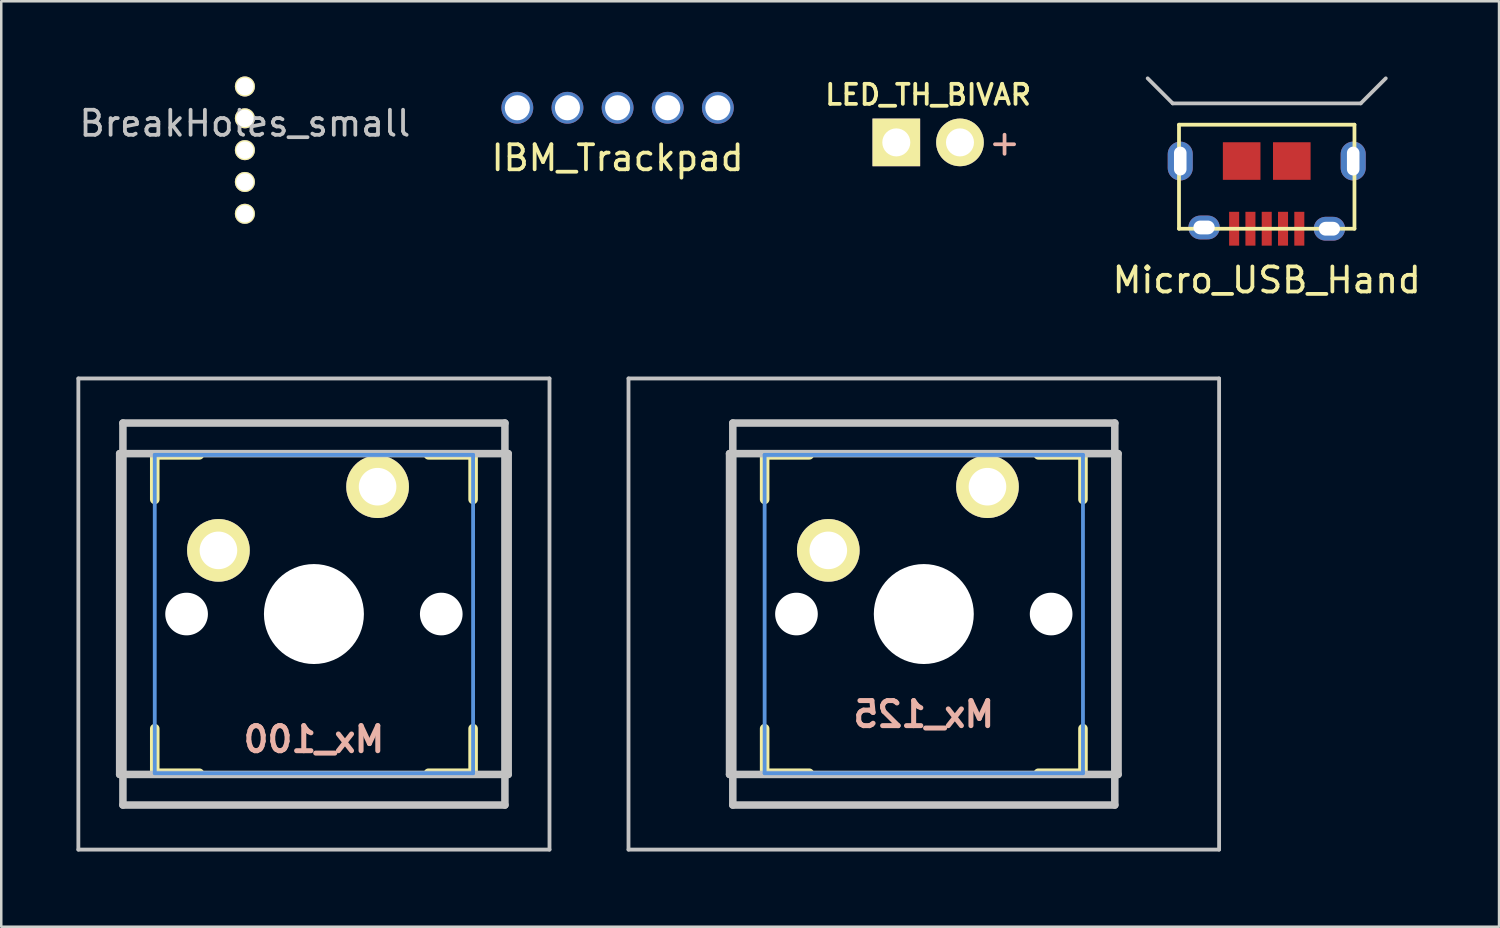
<source format=kicad_pcb>
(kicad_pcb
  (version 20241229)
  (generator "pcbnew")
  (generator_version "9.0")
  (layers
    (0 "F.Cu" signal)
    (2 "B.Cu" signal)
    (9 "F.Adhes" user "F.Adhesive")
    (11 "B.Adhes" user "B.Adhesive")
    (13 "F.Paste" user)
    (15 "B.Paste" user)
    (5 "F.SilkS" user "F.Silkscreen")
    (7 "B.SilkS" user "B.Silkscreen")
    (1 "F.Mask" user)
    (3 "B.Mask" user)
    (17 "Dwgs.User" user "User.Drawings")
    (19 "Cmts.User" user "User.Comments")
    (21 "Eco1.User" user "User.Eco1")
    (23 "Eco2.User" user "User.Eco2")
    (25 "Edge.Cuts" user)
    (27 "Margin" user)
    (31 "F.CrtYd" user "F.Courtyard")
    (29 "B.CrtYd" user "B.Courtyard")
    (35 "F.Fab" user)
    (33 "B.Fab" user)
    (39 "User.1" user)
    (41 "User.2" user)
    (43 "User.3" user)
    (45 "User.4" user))
  (footprint "LED_TH_BIVAR"
    (layer "F.Cu")
    (at 33.978 2.631)
    (property "Reference" "LED_TH_BIVAR" (at 0 -1.9 0) (layer "F.SilkS") (effects (font (size 0.8 0.8) (thickness 0.15))))
    (attr through_hole)
    (fp_text user "+" (at 3.048 0 0) (layer "B.SilkS") (effects (font (size 1 1) (thickness 0.15)) (justify mirror)))
    (pad "1" thru_hole rect (at -1.27 0) (size 1.9 1.9) (drill 1.118) (layers "*.Cu" "*.Mask" "F.SilkS"))
    (pad "2" thru_hole circle (at 1.27 0) (size 1.9 1.9) (drill 1.118) (layers "*.Cu" "*.Mask" "F.SilkS")))
  (footprint "Mx_125"
    (layer "F.Cu")
    (at 33.805 21.447)
    (property "Reference" "Mx_125" (at 0 4 0) (layer "B.SilkS") (effects (font (size 1 1) (thickness 0.2)) (justify mirror)))
    (attr through_hole)
    (fp_line (start -6.35 -6.35) (end -4.572 -6.35) (stroke (width 0.381) (type solid)) (layer "F.SilkS"))
    (fp_line (start -6.35 -4.572) (end -6.35 -6.35) (stroke (width 0.381) (type solid)) (layer "F.SilkS"))
    (fp_line (start -6.35 6.35) (end -6.35 4.572) (stroke (width 0.381) (type solid)) (layer "F.SilkS"))
    (fp_line (start -4.572 6.35) (end -6.35 6.35) (stroke (width 0.381) (type solid)) (layer "F.SilkS"))
    (fp_line (start 4.572 -6.35) (end 6.35 -6.35) (stroke (width 0.381) (type solid)) (layer "F.SilkS"))
    (fp_line (start 6.35 -6.35) (end 6.35 -4.572) (stroke (width 0.381) (type solid)) (layer "F.SilkS"))
    (fp_line (start 6.35 4.572) (end 6.35 6.35) (stroke (width 0.381) (type solid)) (layer "F.SilkS"))
    (fp_line (start 6.35 6.35) (end 4.572 6.35) (stroke (width 0.381) (type solid)) (layer "F.SilkS"))
    (fp_line (start -11.781 -9.398) (end 11.781 -9.398) (stroke (width 0.152) (type solid)) (layer "Dwgs.User"))
    (fp_line (start -11.781 9.398) (end -11.781 -9.398) (stroke (width 0.152) (type solid)) (layer "Dwgs.User"))
    (fp_line (start -7.75 6.4) (end -7.75 -6.4) (stroke (width 0.3) (type solid)) (layer "Dwgs.User"))
    (fp_line (start -7.75 6.4) (end 7.75 6.4) (stroke (width 0.3) (type solid)) (layer "Dwgs.User"))
    (fp_line (start -7.62 -7.62) (end 7.62 -7.62) (stroke (width 0.3) (type solid)) (layer "Dwgs.User"))
    (fp_line (start -7.62 7.62) (end -7.62 -7.62) (stroke (width 0.3) (type solid)) (layer "Dwgs.User"))
    (fp_line (start 7.62 -7.62) (end 7.62 7.62) (stroke (width 0.3) (type solid)) (layer "Dwgs.User"))
    (fp_line (start 7.62 7.62) (end -7.62 7.62) (stroke (width 0.3) (type solid)) (layer "Dwgs.User"))
    (fp_line (start 7.75 -6.4) (end -7.75 -6.4) (stroke (width 0.3) (type solid)) (layer "Dwgs.User"))
    (fp_line (start 7.75 6.4) (end 7.75 -6.4) (stroke (width 0.3) (type solid)) (layer "Dwgs.User"))
    (fp_line (start 11.781 -9.398) (end 11.781 9.398) (stroke (width 0.152) (type solid)) (layer "Dwgs.User"))
    (fp_line (start 11.781 9.398) (end -11.781 9.398) (stroke (width 0.152) (type solid)) (layer "Dwgs.User"))
    (fp_line (start -6.35 -6.35) (end 6.35 -6.35) (stroke (width 0.152) (type solid)) (layer "Cmts.User"))
    (fp_line (start -6.35 6.35) (end -6.35 -6.35) (stroke (width 0.152) (type solid)) (layer "Cmts.User"))
    (fp_line (start 6.35 -6.35) (end 6.35 6.35) (stroke (width 0.152) (type solid)) (layer "Cmts.User"))
    (fp_line (start 6.35 6.35) (end -6.35 6.35) (stroke (width 0.152) (type solid)) (layer "Cmts.User"))
    (fp_line (start -6.985 -6.985) (end 6.985 -6.985) (stroke (width 0.152) (type solid)) (layer "Eco2.User"))
    (fp_line (start -6.985 6.985) (end -6.985 -6.985) (stroke (width 0.152) (type solid)) (layer "Eco2.User"))
    (fp_line (start 6.985 -6.985) (end 6.985 6.985) (stroke (width 0.152) (type solid)) (layer "Eco2.User"))
    (fp_line (start 6.985 6.985) (end -6.985 6.985) (stroke (width 0.152) (type solid)) (layer "Eco2.User"))
    (pad "" np_thru_hole circle (at -5.08 0) (size 1.702 1.702) (drill 1.702) (layers "*.Cu"))
    (pad "" np_thru_hole circle (at 0 0) (size 3.988 3.988) (drill 3.988) (layers "*.Cu"))
    (pad "" np_thru_hole circle (at 5.08 0) (size 1.702 1.702) (drill 1.702) (layers "*.Cu"))
    (pad "1" thru_hole circle (at -3.81 -2.54 330.95) (size 2.5 2.5) (drill 1.5) (layers "*.Cu" "*.Mask" "F.SilkS"))
    (pad "2" thru_hole circle (at 2.54 -5.08 356.1) (size 2.5 2.5) (drill 1.5) (layers "*.Cu" "*.Mask" "F.SilkS")))
  (footprint "Micro_USB_Hand"
    (layer "F.Cu")
    (at 47.486 6.075)
    (property "Reference" "Micro_USB_Hand" (at 0 2.05 0) (layer "F.SilkS") (effects (font (size 1 1) (thickness 0.15))))
    (attr through_hole)
    (fp_line (start -3.5 -4.15) (end -3.5 0) (stroke (width 0.15) (type solid)) (layer "F.SilkS"))
    (fp_line (start -3.5 -4.15) (end 3.5 -4.15) (stroke (width 0.15) (type solid)) (layer "F.SilkS"))
    (fp_line (start 3.5 -4.15) (end 3.5 0) (stroke (width 0.15) (type solid)) (layer "F.SilkS"))
    (fp_line (start 3.5 0) (end -3.5 0) (stroke (width 0.15) (type solid)) (layer "F.SilkS"))
    (fp_line (start -3.75 -5) (end -4.75 -6) (stroke (width 0.15) (type solid)) (layer "Dwgs.User"))
    (fp_line (start -3.75 -5) (end 3.75 -5) (stroke (width 0.15) (type solid)) (layer "Dwgs.User"))
    (fp_line (start 3.75 -5) (end 4.75 -6) (stroke (width 0.15) (type solid)) (layer "Dwgs.User"))
    (pad "1" smd rect (at 1.3 0) (size 0.4 1.35) (layers "F.Cu" "F.Mask" "F.Paste"))
    (pad "2" smd rect (at 0.65 0) (size 0.4 1.35) (layers "F.Cu" "F.Mask" "F.Paste"))
    (pad "3" smd rect (at 0 0) (size 0.4 1.35) (layers "F.Cu" "F.Mask" "F.Paste"))
    (pad "4" smd rect (at -0.65 0) (size 0.4 1.35) (layers "F.Cu" "F.Mask" "F.Paste"))
    (pad "5" smd rect (at -1.3 0) (size 0.4 1.35) (layers "F.Cu" "F.Mask" "F.Paste"))
    (pad "6" thru_hole oval (at -3.45 -2.7) (size 1 1.55) (drill oval 0.5 1.15) (layers "*.Cu" "*.Mask"))
    (pad "6" thru_hole oval (at -2.5 -0.05) (size 1.25 0.95) (drill oval 0.85 0.55) (layers "*.Cu" "*.Mask"))
    (pad "6" smd rect (at -1 -2.7) (size 1.5 1.5) (layers "F.Cu" "F.Mask" "F.Paste"))
    (pad "6" smd rect (at 1 -2.7) (size 1.5 1.5) (layers "F.Cu" "F.Mask" "F.Paste"))
    (pad "6" thru_hole oval (at 2.5 0) (size 1.25 0.95) (drill oval 0.85 0.55) (layers "*.Cu" "*.Mask"))
    (pad "6" thru_hole oval (at 3.45 -2.7) (size 1 1.55) (drill oval 0.5 1.15) (layers "*.Cu" "*.Mask")))
  (footprint "BreakHoles_small"
    (layer "F.Cu")
    (at 6.72 0.4)
    (property "Reference" "BreakHoles_small" (at 0 1.473 0) (layer "Dwgs.User") (effects (font (size 1 1) (thickness 0.15))))
    (attr through_hole)
    (pad "" np_thru_hole circle (at 0 0) (size 0.8 0.8) (drill 0.7) (layers "*.Cu" "*.Mask" "F.SilkS"))
    (pad "" np_thru_hole circle (at 0 1.27) (size 0.8 0.8) (drill 0.7) (layers "*.Cu" "*.Mask" "F.SilkS"))
    (pad "" np_thru_hole circle (at 0 2.54) (size 0.8 0.8) (drill 0.7) (layers "*.Cu" "*.Mask" "F.SilkS"))
    (pad "" np_thru_hole circle (at 0 3.81) (size 0.8 0.8) (drill 0.7) (layers "*.Cu" "*.Mask" "F.SilkS"))
    (pad "" np_thru_hole circle (at 0 5.08) (size 0.8 0.8) (drill 0.7) (layers "*.Cu" "*.Mask" "F.SilkS")))
  (footprint "Mx_100"
    (layer "F.Cu")
    (at 9.474 21.447)
    (property "Reference" "Mx_100" (at 0 5 0) (layer "B.SilkS") (effects (font (size 1 1) (thickness 0.2)) (justify mirror)))
    (attr through_hole)
    (fp_line (start -6.35 -6.35) (end -4.572 -6.35) (stroke (width 0.381) (type solid)) (layer "F.SilkS"))
    (fp_line (start -6.35 -4.572) (end -6.35 -6.35) (stroke (width 0.381) (type solid)) (layer "F.SilkS"))
    (fp_line (start -6.35 6.35) (end -6.35 4.572) (stroke (width 0.381) (type solid)) (layer "F.SilkS"))
    (fp_line (start -4.572 6.35) (end -6.35 6.35) (stroke (width 0.381) (type solid)) (layer "F.SilkS"))
    (fp_line (start 4.572 -6.35) (end 6.35 -6.35) (stroke (width 0.381) (type solid)) (layer "F.SilkS"))
    (fp_line (start 6.35 -6.35) (end 6.35 -4.572) (stroke (width 0.381) (type solid)) (layer "F.SilkS"))
    (fp_line (start 6.35 4.572) (end 6.35 6.35) (stroke (width 0.381) (type solid)) (layer "F.SilkS"))
    (fp_line (start 6.35 6.35) (end 4.572 6.35) (stroke (width 0.381) (type solid)) (layer "F.SilkS"))
    (fp_line (start -9.398 -9.398) (end 9.398 -9.398) (stroke (width 0.152) (type solid)) (layer "Dwgs.User"))
    (fp_line (start -9.398 9.398) (end -9.398 -9.398) (stroke (width 0.152) (type solid)) (layer "Dwgs.User"))
    (fp_line (start -7.75 6.4) (end -7.75 -6.4) (stroke (width 0.3) (type solid)) (layer "Dwgs.User"))
    (fp_line (start -7.75 6.4) (end 7.75 6.4) (stroke (width 0.3) (type solid)) (layer "Dwgs.User"))
    (fp_line (start -7.62 -7.62) (end 7.62 -7.62) (stroke (width 0.3) (type solid)) (layer "Dwgs.User"))
    (fp_line (start -7.62 7.62) (end -7.62 -7.62) (stroke (width 0.3) (type solid)) (layer "Dwgs.User"))
    (fp_line (start 7.62 -7.62) (end 7.62 7.62) (stroke (width 0.3) (type solid)) (layer "Dwgs.User"))
    (fp_line (start 7.62 7.62) (end -7.62 7.62) (stroke (width 0.3) (type solid)) (layer "Dwgs.User"))
    (fp_line (start 7.75 -6.4) (end -7.75 -6.4) (stroke (width 0.3) (type solid)) (layer "Dwgs.User"))
    (fp_line (start 7.75 6.4) (end 7.75 -6.4) (stroke (width 0.3) (type solid)) (layer "Dwgs.User"))
    (fp_line (start 9.398 -9.398) (end 9.398 9.398) (stroke (width 0.152) (type solid)) (layer "Dwgs.User"))
    (fp_line (start 9.398 9.398) (end -9.398 9.398) (stroke (width 0.152) (type solid)) (layer "Dwgs.User"))
    (fp_line (start -6.35 -6.35) (end 6.35 -6.35) (stroke (width 0.152) (type solid)) (layer "Cmts.User"))
    (fp_line (start -6.35 6.35) (end -6.35 -6.35) (stroke (width 0.152) (type solid)) (layer "Cmts.User"))
    (fp_line (start 6.35 -6.35) (end 6.35 6.35) (stroke (width 0.152) (type solid)) (layer "Cmts.User"))
    (fp_line (start 6.35 6.35) (end -6.35 6.35) (stroke (width 0.152) (type solid)) (layer "Cmts.User"))
    (fp_line (start -6.985 -6.985) (end 6.985 -6.985) (stroke (width 0.152) (type solid)) (layer "Eco2.User"))
    (fp_line (start -6.985 6.985) (end -6.985 -6.985) (stroke (width 0.152) (type solid)) (layer "Eco2.User"))
    (fp_line (start 6.985 -6.985) (end 6.985 6.985) (stroke (width 0.152) (type solid)) (layer "Eco2.User"))
    (fp_line (start 6.985 6.985) (end -6.985 6.985) (stroke (width 0.152) (type solid)) (layer "Eco2.User"))
    (pad "" np_thru_hole circle (at -5.08 0) (size 1.702 1.702) (drill 1.702) (layers "*.Cu"))
    (pad "" np_thru_hole circle (at 0 0) (size 3.988 3.988) (drill 3.988) (layers "*.Cu"))
    (pad "" np_thru_hole circle (at 5.08 0) (size 1.702 1.702) (drill 1.702) (layers "*.Cu"))
    (pad "1" thru_hole circle (at -3.81 -2.54 330.95) (size 2.5 2.5) (drill 1.5) (layers "*.Cu" "*.Mask" "F.SilkS"))
    (pad "2" thru_hole circle (at 2.54 -5.08 356.1) (size 2.5 2.5) (drill 1.5) (layers "*.Cu" "*.Mask" "F.SilkS")))
  (footprint "IBM_Trackpad"
    (layer "F.Cu")
    (at 21.589 0.25)
    (property "Reference" "IBM_Trackpad" (at 0 3 0) (layer "F.SilkS") (effects (font (size 1 1) (thickness 0.15))))
    (attr through_hole)
    (pad "1" thru_hole circle (at -4 1) (size 1.27 1.27) (drill 1) (layers "*.Cu" "*.Mask"))
    (pad "2" thru_hole circle (at -2 1) (size 1.27 1.27) (drill 1) (layers "*.Cu" "*.Mask"))
    (pad "3" thru_hole circle (at 0 1) (size 1.27 1.27) (drill 1) (layers "*.Cu" "*.Mask"))
    (pad "4" thru_hole circle (at 2 1) (size 1.27 1.27) (drill 1) (layers "*.Cu" "*.Mask"))
    (pad "5" thru_hole circle (at 4 1) (size 1.27 1.27) (drill 1) (layers "*.Cu" "*.Mask")))
  (gr_rect
    (start -3 -3)
    (end 56.754 33.922)
    (stroke (width 0.1) (type default))
    (fill no)
    (layer "Edge.Cuts")))
</source>
